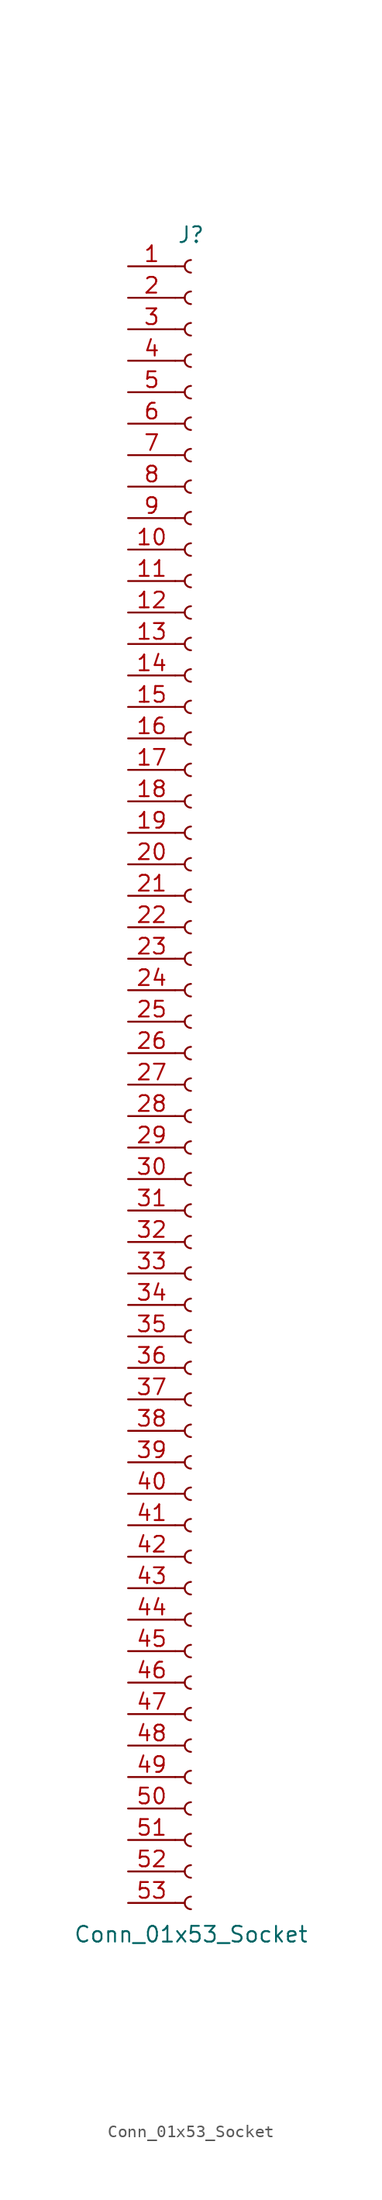
<source format=kicad_sym>
(kicad_symbol_lib
  (version 20220914)
  (generator kicad_symbol_editor)
  (symbol "Conn_01x53_Socket"
    (pin_names
      (offset 1.016) hide)
    (property "Reference" "J"
      (at 0 68.58 0)
      (effects (font (size 1.27 1.27))))
    (property "Value" "Conn_01x53_Socket"
      (at 0 -68.58 0)
      (effects (font (size 1.27 1.27))))
    (property "ki_locked" ""
      (at 0 0 0)
      (effects (font (size 1.27 1.27))))
    (symbol "Conn_01x53_Socket_1_1"
      (arc (start 0 -65.532) (mid -0.5058 -66.04) (end 0 -66.548) (stroke (width 0.1524) (type default)) (fill (type none)))
      (arc (start 0 -62.992) (mid -0.5058 -63.5) (end 0 -64.008) (stroke (width 0.1524) (type default)) (fill (type none)))
      (arc (start 0 -60.452) (mid -0.5058 -60.96) (end 0 -61.468) (stroke (width 0.1524) (type default)) (fill (type none)))
      (arc (start 0 -57.912) (mid -0.5058 -58.42) (end 0 -58.928) (stroke (width 0.1524) (type default)) (fill (type none)))
      (arc (start 0 -55.372) (mid -0.5058 -55.88) (end 0 -56.388) (stroke (width 0.1524) (type default)) (fill (type none)))
      (arc (start 0 -52.832) (mid -0.5058 -53.34) (end 0 -53.848) (stroke (width 0.1524) (type default)) (fill (type none)))
      (arc (start 0 -50.292) (mid -0.5058 -50.8) (end 0 -51.308) (stroke (width 0.1524) (type default)) (fill (type none)))
      (arc (start 0 -47.752) (mid -0.5058 -48.26) (end 0 -48.768) (stroke (width 0.1524) (type default)) (fill (type none)))
      (arc (start 0 -45.212) (mid -0.5058 -45.72) (end 0 -46.228) (stroke (width 0.1524) (type default)) (fill (type none)))
      (arc (start 0 -42.672) (mid -0.5058 -43.18) (end 0 -43.688) (stroke (width 0.1524) (type default)) (fill (type none)))
      (arc (start 0 -40.132) (mid -0.5058 -40.64) (end 0 -41.148) (stroke (width 0.1524) (type default)) (fill (type none)))
      (arc (start 0 -37.592) (mid -0.5058 -38.1) (end 0 -38.608) (stroke (width 0.1524) (type default)) (fill (type none)))
      (arc (start 0 -35.052) (mid -0.5058 -35.56) (end 0 -36.068) (stroke (width 0.1524) (type default)) (fill (type none)))
      (arc (start 0 -32.512) (mid -0.5058 -33.02) (end 0 -33.528) (stroke (width 0.1524) (type default)) (fill (type none)))
      (arc (start 0 -29.972) (mid -0.5058 -30.48) (end 0 -30.988) (stroke (width 0.1524) (type default)) (fill (type none)))
      (arc (start 0 -27.432) (mid -0.5058 -27.94) (end 0 -28.448) (stroke (width 0.1524) (type default)) (fill (type none)))
      (arc (start 0 -24.892) (mid -0.5058 -25.4) (end 0 -25.908) (stroke (width 0.1524) (type default)) (fill (type none)))
      (arc (start 0 -22.352) (mid -0.5058 -22.86) (end 0 -23.368) (stroke (width 0.1524) (type default)) (fill (type none)))
      (arc (start 0 -19.812) (mid -0.5058 -20.32) (end 0 -20.828) (stroke (width 0.1524) (type default)) (fill (type none)))
      (arc (start 0 -17.272) (mid -0.5058 -17.78) (end 0 -18.288) (stroke (width 0.1524) (type default)) (fill (type none)))
      (arc (start 0 -14.732) (mid -0.5058 -15.24) (end 0 -15.748) (stroke (width 0.1524) (type default)) (fill (type none)))
      (arc (start 0 -12.192) (mid -0.5058 -12.7) (end 0 -13.208) (stroke (width 0.1524) (type default)) (fill (type none)))
      (arc (start 0 -9.652) (mid -0.5058 -10.16) (end 0 -10.668) (stroke (width 0.1524) (type default)) (fill (type none)))
      (arc (start 0 -7.112) (mid -0.5058 -7.62) (end 0 -8.128) (stroke (width 0.1524) (type default)) (fill (type none)))
      (arc (start 0 -4.572) (mid -0.5058 -5.08) (end 0 -5.588) (stroke (width 0.1524) (type default)) (fill (type none)))
      (arc (start 0 -2.032) (mid -0.5058 -2.54) (end 0 -3.048) (stroke (width 0.1524) (type default)) (fill (type none)))
      (polyline (pts (xy -1.27 -66.04) (xy -0.508 -66.04)) (stroke (width 0.152) (type default)) (fill (type none)))
      (polyline (pts (xy -1.27 -63.5) (xy -0.508 -63.5)) (stroke (width 0.152) (type default)) (fill (type none)))
      (polyline (pts (xy -1.27 -60.96) (xy -0.508 -60.96)) (stroke (width 0.152) (type default)) (fill (type none)))
      (polyline (pts (xy -1.27 -58.42) (xy -0.508 -58.42)) (stroke (width 0.152) (type default)) (fill (type none)))
      (polyline (pts (xy -1.27 -55.88) (xy -0.508 -55.88)) (stroke (width 0.152) (type default)) (fill (type none)))
      (polyline (pts (xy -1.27 -53.34) (xy -0.508 -53.34)) (stroke (width 0.152) (type default)) (fill (type none)))
      (polyline (pts (xy -1.27 -50.8) (xy -0.508 -50.8)) (stroke (width 0.152) (type default)) (fill (type none)))
      (polyline (pts (xy -1.27 -48.26) (xy -0.508 -48.26)) (stroke (width 0.152) (type default)) (fill (type none)))
      (polyline (pts (xy -1.27 -45.72) (xy -0.508 -45.72)) (stroke (width 0.152) (type default)) (fill (type none)))
      (polyline (pts (xy -1.27 -43.18) (xy -0.508 -43.18)) (stroke (width 0.152) (type default)) (fill (type none)))
      (polyline (pts (xy -1.27 -40.64) (xy -0.508 -40.64)) (stroke (width 0.152) (type default)) (fill (type none)))
      (polyline (pts (xy -1.27 -38.1) (xy -0.508 -38.1)) (stroke (width 0.152) (type default)) (fill (type none)))
      (polyline (pts (xy -1.27 -35.56) (xy -0.508 -35.56)) (stroke (width 0.152) (type default)) (fill (type none)))
      (polyline (pts (xy -1.27 -33.02) (xy -0.508 -33.02)) (stroke (width 0.152) (type default)) (fill (type none)))
      (polyline (pts (xy -1.27 -30.48) (xy -0.508 -30.48)) (stroke (width 0.152) (type default)) (fill (type none)))
      (polyline (pts (xy -1.27 -27.94) (xy -0.508 -27.94)) (stroke (width 0.152) (type default)) (fill (type none)))
      (polyline (pts (xy -1.27 -25.4) (xy -0.508 -25.4)) (stroke (width 0.152) (type default)) (fill (type none)))
      (polyline (pts (xy -1.27 -22.86) (xy -0.508 -22.86)) (stroke (width 0.152) (type default)) (fill (type none)))
      (polyline (pts (xy -1.27 -20.32) (xy -0.508 -20.32)) (stroke (width 0.152) (type default)) (fill (type none)))
      (polyline (pts (xy -1.27 -17.78) (xy -0.508 -17.78)) (stroke (width 0.152) (type default)) (fill (type none)))
      (polyline (pts (xy -1.27 -15.24) (xy -0.508 -15.24)) (stroke (width 0.152) (type default)) (fill (type none)))
      (polyline (pts (xy -1.27 -12.7) (xy -0.508 -12.7)) (stroke (width 0.152) (type default)) (fill (type none)))
      (polyline (pts (xy -1.27 -10.16) (xy -0.508 -10.16)) (stroke (width 0.152) (type default)) (fill (type none)))
      (polyline (pts (xy -1.27 -7.62) (xy -0.508 -7.62)) (stroke (width 0.152) (type default)) (fill (type none)))
      (polyline (pts (xy -1.27 -5.08) (xy -0.508 -5.08)) (stroke (width 0.152) (type default)) (fill (type none)))
      (polyline (pts (xy -1.27 -2.54) (xy -0.508 -2.54)) (stroke (width 0.152) (type default)) (fill (type none)))
      (polyline (pts (xy -1.27 0) (xy -0.508 0)) (stroke (width 0.152) (type default)) (fill (type none)))
      (polyline (pts (xy -1.27 2.54) (xy -0.508 2.54)) (stroke (width 0.152) (type default)) (fill (type none)))
      (polyline (pts (xy -1.27 5.08) (xy -0.508 5.08)) (stroke (width 0.152) (type default)) (fill (type none)))
      (polyline (pts (xy -1.27 7.62) (xy -0.508 7.62)) (stroke (width 0.152) (type default)) (fill (type none)))
      (polyline (pts (xy -1.27 10.16) (xy -0.508 10.16)) (stroke (width 0.152) (type default)) (fill (type none)))
      (polyline (pts (xy -1.27 12.7) (xy -0.508 12.7)) (stroke (width 0.152) (type default)) (fill (type none)))
      (polyline (pts (xy -1.27 15.24) (xy -0.508 15.24)) (stroke (width 0.152) (type default)) (fill (type none)))
      (polyline (pts (xy -1.27 17.78) (xy -0.508 17.78)) (stroke (width 0.152) (type default)) (fill (type none)))
      (polyline (pts (xy -1.27 20.32) (xy -0.508 20.32)) (stroke (width 0.152) (type default)) (fill (type none)))
      (polyline (pts (xy -1.27 22.86) (xy -0.508 22.86)) (stroke (width 0.152) (type default)) (fill (type none)))
      (polyline (pts (xy -1.27 25.4) (xy -0.508 25.4)) (stroke (width 0.152) (type default)) (fill (type none)))
      (polyline (pts (xy -1.27 27.94) (xy -0.508 27.94)) (stroke (width 0.152) (type default)) (fill (type none)))
      (polyline (pts (xy -1.27 30.48) (xy -0.508 30.48)) (stroke (width 0.152) (type default)) (fill (type none)))
      (polyline (pts (xy -1.27 33.02) (xy -0.508 33.02)) (stroke (width 0.152) (type default)) (fill (type none)))
      (polyline (pts (xy -1.27 35.56) (xy -0.508 35.56)) (stroke (width 0.152) (type default)) (fill (type none)))
      (polyline (pts (xy -1.27 38.1) (xy -0.508 38.1)) (stroke (width 0.152) (type default)) (fill (type none)))
      (polyline (pts (xy -1.27 40.64) (xy -0.508 40.64)) (stroke (width 0.152) (type default)) (fill (type none)))
      (polyline (pts (xy -1.27 43.18) (xy -0.508 43.18)) (stroke (width 0.152) (type default)) (fill (type none)))
      (polyline (pts (xy -1.27 45.72) (xy -0.508 45.72)) (stroke (width 0.152) (type default)) (fill (type none)))
      (polyline (pts (xy -1.27 48.26) (xy -0.508 48.26)) (stroke (width 0.152) (type default)) (fill (type none)))
      (polyline (pts (xy -1.27 50.8) (xy -0.508 50.8)) (stroke (width 0.152) (type default)) (fill (type none)))
      (polyline (pts (xy -1.27 53.34) (xy -0.508 53.34)) (stroke (width 0.152) (type default)) (fill (type none)))
      (polyline (pts (xy -1.27 55.88) (xy -0.508 55.88)) (stroke (width 0.152) (type default)) (fill (type none)))
      (polyline (pts (xy -1.27 58.42) (xy -0.508 58.42)) (stroke (width 0.152) (type default)) (fill (type none)))
      (polyline (pts (xy -1.27 60.96) (xy -0.508 60.96)) (stroke (width 0.152) (type default)) (fill (type none)))
      (polyline (pts (xy -1.27 63.5) (xy -0.508 63.5)) (stroke (width 0.152) (type default)) (fill (type none)))
      (polyline (pts (xy -1.27 66.04) (xy -0.508 66.04)) (stroke (width 0.152) (type default)) (fill (type none)))
      (arc (start 0 0.508) (mid -0.5058 0) (end 0 -0.508) (stroke (width 0.1524) (type default)) (fill (type none)))
      (arc (start 0 3.048) (mid -0.5058 2.54) (end 0 2.032) (stroke (width 0.1524) (type default)) (fill (type none)))
      (arc (start 0 5.588) (mid -0.5058 5.08) (end 0 4.572) (stroke (width 0.1524) (type default)) (fill (type none)))
      (arc (start 0 8.128) (mid -0.5058 7.62) (end 0 7.112) (stroke (width 0.1524) (type default)) (fill (type none)))
      (arc (start 0 10.668) (mid -0.5058 10.16) (end 0 9.652) (stroke (width 0.1524) (type default)) (fill (type none)))
      (arc (start 0 13.208) (mid -0.5058 12.7) (end 0 12.192) (stroke (width 0.1524) (type default)) (fill (type none)))
      (arc (start 0 15.748) (mid -0.5058 15.24) (end 0 14.732) (stroke (width 0.1524) (type default)) (fill (type none)))
      (arc (start 0 18.288) (mid -0.5058 17.78) (end 0 17.272) (stroke (width 0.1524) (type default)) (fill (type none)))
      (arc (start 0 20.828) (mid -0.5058 20.32) (end 0 19.812) (stroke (width 0.1524) (type default)) (fill (type none)))
      (arc (start 0 23.368) (mid -0.5058 22.86) (end 0 22.352) (stroke (width 0.1524) (type default)) (fill (type none)))
      (arc (start 0 25.908) (mid -0.5058 25.4) (end 0 24.892) (stroke (width 0.1524) (type default)) (fill (type none)))
      (arc (start 0 28.448) (mid -0.5058 27.94) (end 0 27.432) (stroke (width 0.1524) (type default)) (fill (type none)))
      (arc (start 0 30.988) (mid -0.5058 30.48) (end 0 29.972) (stroke (width 0.1524) (type default)) (fill (type none)))
      (arc (start 0 33.528) (mid -0.5058 33.02) (end 0 32.512) (stroke (width 0.1524) (type default)) (fill (type none)))
      (arc (start 0 36.068) (mid -0.5058 35.56) (end 0 35.052) (stroke (width 0.1524) (type default)) (fill (type none)))
      (arc (start 0 38.608) (mid -0.5058 38.1) (end 0 37.592) (stroke (width 0.1524) (type default)) (fill (type none)))
      (arc (start 0 41.148) (mid -0.5058 40.64) (end 0 40.132) (stroke (width 0.1524) (type default)) (fill (type none)))
      (arc (start 0 43.688) (mid -0.5058 43.18) (end 0 42.672) (stroke (width 0.1524) (type default)) (fill (type none)))
      (arc (start 0 46.228) (mid -0.5058 45.72) (end 0 45.212) (stroke (width 0.1524) (type default)) (fill (type none)))
      (arc (start 0 48.768) (mid -0.5058 48.26) (end 0 47.752) (stroke (width 0.1524) (type default)) (fill (type none)))
      (arc (start 0 51.308) (mid -0.5058 50.8) (end 0 50.292) (stroke (width 0.1524) (type default)) (fill (type none)))
      (arc (start 0 53.848) (mid -0.5058 53.34) (end 0 52.832) (stroke (width 0.1524) (type default)) (fill (type none)))
      (arc (start 0 56.388) (mid -0.5058 55.88) (end 0 55.372) (stroke (width 0.1524) (type default)) (fill (type none)))
      (arc (start 0 58.928) (mid -0.5058 58.42) (end 0 57.912) (stroke (width 0.1524) (type default)) (fill (type none)))
      (arc (start 0 61.468) (mid -0.5058 60.96) (end 0 60.452) (stroke (width 0.1524) (type default)) (fill (type none)))
      (arc (start 0 64.008) (mid -0.5058 63.5) (end 0 62.992) (stroke (width 0.1524) (type default)) (fill (type none)))
      (arc (start 0 66.548) (mid -0.5058 66.04) (end 0 65.532) (stroke (width 0.1524) (type default)) (fill (type none)))
      (pin passive line (at -5.08 66.04 0) (length 3.81) (name "Pin_1" (effects (font (size 1.27 1.27)))) (number "1" (effects (font (size 1.27 1.27)))))
      (pin passive line (at -5.08 43.18 0) (length 3.81) (name "Pin_10" (effects (font (size 1.27 1.27)))) (number "10" (effects (font (size 1.27 1.27)))))
      (pin passive line (at -5.08 40.64 0) (length 3.81) (name "Pin_11" (effects (font (size 1.27 1.27)))) (number "11" (effects (font (size 1.27 1.27)))))
      (pin passive line (at -5.08 38.1 0) (length 3.81) (name "Pin_12" (effects (font (size 1.27 1.27)))) (number "12" (effects (font (size 1.27 1.27)))))
      (pin passive line (at -5.08 35.56 0) (length 3.81) (name "Pin_13" (effects (font (size 1.27 1.27)))) (number "13" (effects (font (size 1.27 1.27)))))
      (pin passive line (at -5.08 33.02 0) (length 3.81) (name "Pin_14" (effects (font (size 1.27 1.27)))) (number "14" (effects (font (size 1.27 1.27)))))
      (pin passive line (at -5.08 30.48 0) (length 3.81) (name "Pin_15" (effects (font (size 1.27 1.27)))) (number "15" (effects (font (size 1.27 1.27)))))
      (pin passive line (at -5.08 27.94 0) (length 3.81) (name "Pin_16" (effects (font (size 1.27 1.27)))) (number "16" (effects (font (size 1.27 1.27)))))
      (pin passive line (at -5.08 25.4 0) (length 3.81) (name "Pin_17" (effects (font (size 1.27 1.27)))) (number "17" (effects (font (size 1.27 1.27)))))
      (pin passive line (at -5.08 22.86 0) (length 3.81) (name "Pin_18" (effects (font (size 1.27 1.27)))) (number "18" (effects (font (size 1.27 1.27)))))
      (pin passive line (at -5.08 20.32 0) (length 3.81) (name "Pin_19" (effects (font (size 1.27 1.27)))) (number "19" (effects (font (size 1.27 1.27)))))
      (pin passive line (at -5.08 63.5 0) (length 3.81) (name "Pin_2" (effects (font (size 1.27 1.27)))) (number "2" (effects (font (size 1.27 1.27)))))
      (pin passive line (at -5.08 17.78 0) (length 3.81) (name "Pin_20" (effects (font (size 1.27 1.27)))) (number "20" (effects (font (size 1.27 1.27)))))
      (pin passive line (at -5.08 15.24 0) (length 3.81) (name "Pin_21" (effects (font (size 1.27 1.27)))) (number "21" (effects (font (size 1.27 1.27)))))
      (pin passive line (at -5.08 12.7 0) (length 3.81) (name "Pin_22" (effects (font (size 1.27 1.27)))) (number "22" (effects (font (size 1.27 1.27)))))
      (pin passive line (at -5.08 10.16 0) (length 3.81) (name "Pin_23" (effects (font (size 1.27 1.27)))) (number "23" (effects (font (size 1.27 1.27)))))
      (pin passive line (at -5.08 7.62 0) (length 3.81) (name "Pin_24" (effects (font (size 1.27 1.27)))) (number "24" (effects (font (size 1.27 1.27)))))
      (pin passive line (at -5.08 5.08 0) (length 3.81) (name "Pin_25" (effects (font (size 1.27 1.27)))) (number "25" (effects (font (size 1.27 1.27)))))
      (pin passive line (at -5.08 2.54 0) (length 3.81) (name "Pin_26" (effects (font (size 1.27 1.27)))) (number "26" (effects (font (size 1.27 1.27)))))
      (pin passive line (at -5.08 0 0) (length 3.81) (name "Pin_27" (effects (font (size 1.27 1.27)))) (number "27" (effects (font (size 1.27 1.27)))))
      (pin passive line (at -5.08 -2.54 0) (length 3.81) (name "Pin_28" (effects (font (size 1.27 1.27)))) (number "28" (effects (font (size 1.27 1.27)))))
      (pin passive line (at -5.08 -5.08 0) (length 3.81) (name "Pin_29" (effects (font (size 1.27 1.27)))) (number "29" (effects (font (size 1.27 1.27)))))
      (pin passive line (at -5.08 60.96 0) (length 3.81) (name "Pin_3" (effects (font (size 1.27 1.27)))) (number "3" (effects (font (size 1.27 1.27)))))
      (pin passive line (at -5.08 -7.62 0) (length 3.81) (name "Pin_30" (effects (font (size 1.27 1.27)))) (number "30" (effects (font (size 1.27 1.27)))))
      (pin passive line (at -5.08 -10.16 0) (length 3.81) (name "Pin_31" (effects (font (size 1.27 1.27)))) (number "31" (effects (font (size 1.27 1.27)))))
      (pin passive line (at -5.08 -12.7 0) (length 3.81) (name "Pin_32" (effects (font (size 1.27 1.27)))) (number "32" (effects (font (size 1.27 1.27)))))
      (pin passive line (at -5.08 -15.24 0) (length 3.81) (name "Pin_33" (effects (font (size 1.27 1.27)))) (number "33" (effects (font (size 1.27 1.27)))))
      (pin passive line (at -5.08 -17.78 0) (length 3.81) (name "Pin_34" (effects (font (size 1.27 1.27)))) (number "34" (effects (font (size 1.27 1.27)))))
      (pin passive line (at -5.08 -20.32 0) (length 3.81) (name "Pin_35" (effects (font (size 1.27 1.27)))) (number "35" (effects (font (size 1.27 1.27)))))
      (pin passive line (at -5.08 -22.86 0) (length 3.81) (name "Pin_36" (effects (font (size 1.27 1.27)))) (number "36" (effects (font (size 1.27 1.27)))))
      (pin passive line (at -5.08 -25.4 0) (length 3.81) (name "Pin_37" (effects (font (size 1.27 1.27)))) (number "37" (effects (font (size 1.27 1.27)))))
      (pin passive line (at -5.08 -27.94 0) (length 3.81) (name "Pin_38" (effects (font (size 1.27 1.27)))) (number "38" (effects (font (size 1.27 1.27)))))
      (pin passive line (at -5.08 -30.48 0) (length 3.81) (name "Pin_39" (effects (font (size 1.27 1.27)))) (number "39" (effects (font (size 1.27 1.27)))))
      (pin passive line (at -5.08 58.42 0) (length 3.81) (name "Pin_4" (effects (font (size 1.27 1.27)))) (number "4" (effects (font (size 1.27 1.27)))))
      (pin passive line (at -5.08 -33.02 0) (length 3.81) (name "Pin_40" (effects (font (size 1.27 1.27)))) (number "40" (effects (font (size 1.27 1.27)))))
      (pin passive line (at -5.08 -35.56 0) (length 3.81) (name "Pin_41" (effects (font (size 1.27 1.27)))) (number "41" (effects (font (size 1.27 1.27)))))
      (pin passive line (at -5.08 -38.1 0) (length 3.81) (name "Pin_42" (effects (font (size 1.27 1.27)))) (number "42" (effects (font (size 1.27 1.27)))))
      (pin passive line (at -5.08 -40.64 0) (length 3.81) (name "Pin_43" (effects (font (size 1.27 1.27)))) (number "43" (effects (font (size 1.27 1.27)))))
      (pin passive line (at -5.08 -43.18 0) (length 3.81) (name "Pin_44" (effects (font (size 1.27 1.27)))) (number "44" (effects (font (size 1.27 1.27)))))
      (pin passive line (at -5.08 -45.72 0) (length 3.81) (name "Pin_45" (effects (font (size 1.27 1.27)))) (number "45" (effects (font (size 1.27 1.27)))))
      (pin passive line (at -5.08 -48.26 0) (length 3.81) (name "Pin_46" (effects (font (size 1.27 1.27)))) (number "46" (effects (font (size 1.27 1.27)))))
      (pin passive line (at -5.08 -50.8 0) (length 3.81) (name "Pin_47" (effects (font (size 1.27 1.27)))) (number "47" (effects (font (size 1.27 1.27)))))
      (pin passive line (at -5.08 -53.34 0) (length 3.81) (name "Pin_48" (effects (font (size 1.27 1.27)))) (number "48" (effects (font (size 1.27 1.27)))))
      (pin passive line (at -5.08 -55.88 0) (length 3.81) (name "Pin_49" (effects (font (size 1.27 1.27)))) (number "49" (effects (font (size 1.27 1.27)))))
      (pin passive line (at -5.08 55.88 0) (length 3.81) (name "Pin_5" (effects (font (size 1.27 1.27)))) (number "5" (effects (font (size 1.27 1.27)))))
      (pin passive line (at -5.08 -58.42 0) (length 3.81) (name "Pin_50" (effects (font (size 1.27 1.27)))) (number "50" (effects (font (size 1.27 1.27)))))
      (pin passive line (at -5.08 -60.96 0) (length 3.81) (name "Pin_51" (effects (font (size 1.27 1.27)))) (number "51" (effects (font (size 1.27 1.27)))))
      (pin passive line (at -5.08 -63.5 0) (length 3.81) (name "Pin_52" (effects (font (size 1.27 1.27)))) (number "52" (effects (font (size 1.27 1.27)))))
      (pin passive line (at -5.08 -66.04 0) (length 3.81) (name "Pin_53" (effects (font (size 1.27 1.27)))) (number "53" (effects (font (size 1.27 1.27)))))
      (pin passive line (at -5.08 53.34 0) (length 3.81) (name "Pin_6" (effects (font (size 1.27 1.27)))) (number "6" (effects (font (size 1.27 1.27)))))
      (pin passive line (at -5.08 50.8 0) (length 3.81) (name "Pin_7" (effects (font (size 1.27 1.27)))) (number "7" (effects (font (size 1.27 1.27)))))
      (pin passive line (at -5.08 48.26 0) (length 3.81) (name "Pin_8" (effects (font (size 1.27 1.27)))) (number "8" (effects (font (size 1.27 1.27)))))
      (pin passive line (at -5.08 45.72 0) (length 3.81) (name "Pin_9" (effects (font (size 1.27 1.27)))) (number "9" (effects (font (size 1.27 1.27))))))))
</source>
